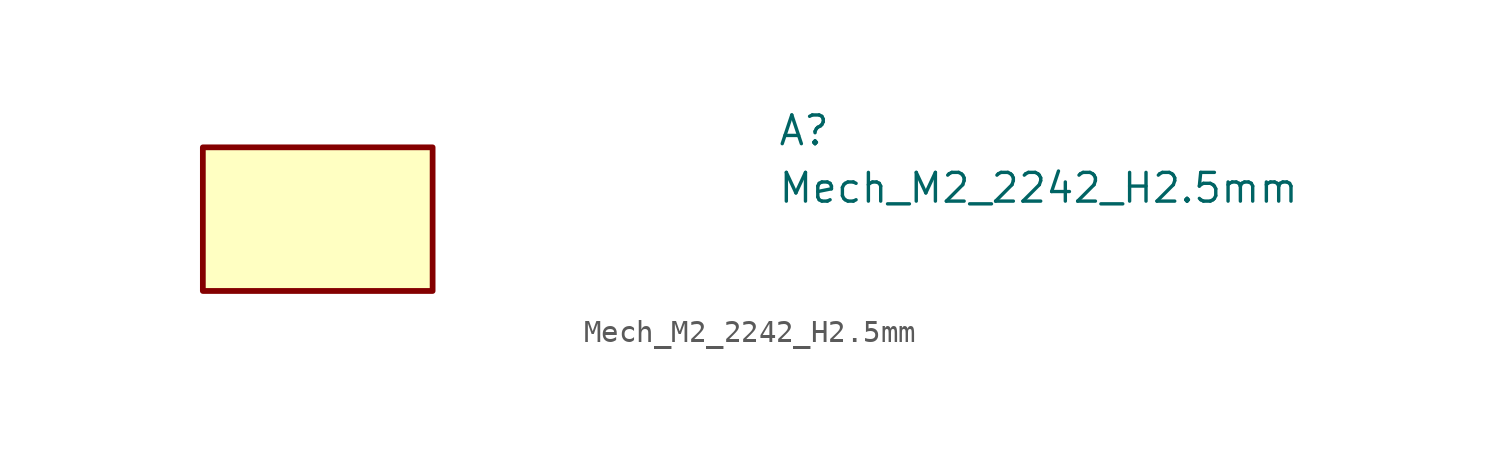
<source format=kicad_sym>
(kicad_symbol_lib
  (version 20211014)
  (generator kicad_symbol_editor)
  (symbol "Mech_M2_2242_H2.5mm"
    (property "Reference" "A"
      (at 25.4 0 0)
      (effects (font (size 1.27 1.27) (thickness 0.15)) (justify left bottom)))
    (property "Value" "Mech_M2_2242_H2.5mm"
      (at 25.4 -2.54 0)
      (effects (font (size 1.27 1.27) (thickness 0.15)) (justify left bottom)))
    (symbol "Mech_M2_2242_H2.5mm_1_1"
      (rectangle (start 10.16 -6.35) (end 0 0) (stroke (width 0.254) (type default) (color 0 0 0 0)) (fill (type background))))))
</source>
